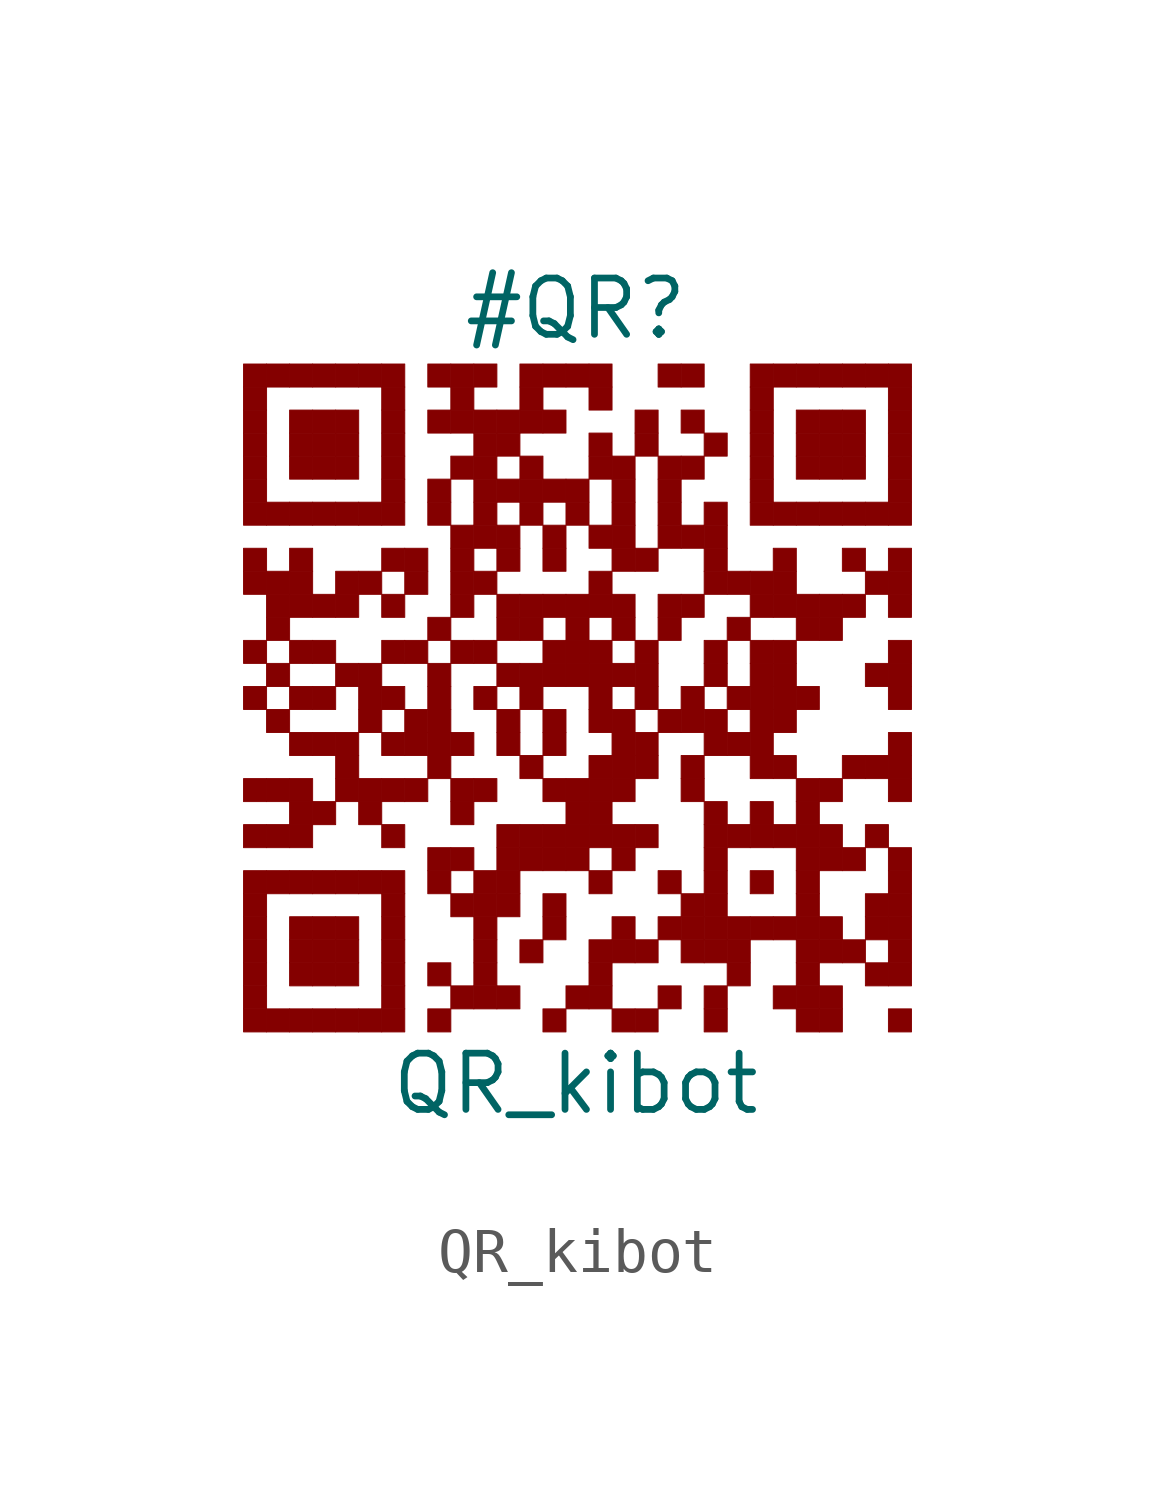
<source format=kicad_sym>
(kicad_symbol_lib
  (version 20211014)
  (generator kibot)
  (symbol "QR_kibot"
    (pin_numbers hide)
    (pin_names hide)
    (property "Reference" "#QR"
      (at 0 8.75 0)
      (effects (font (size 1.27 1.27))))
    (property "Value" "QR_kibot"
      (at 0 -8.75 0)
      (effects (font (size 1.27 1.27))))
    (rectangle
      (start -7.5 7.5)
      (end -6.98 6.98)
      (stroke (width 0.001) (type default) (color 0 0 0 0))
      (fill (type outline)))
    (rectangle
      (start -6.98 7.5)
      (end -6.46 6.98)
      (stroke (width 0.001) (type default) (color 0 0 0 0))
      (fill (type outline)))
    (rectangle
      (start -6.46 7.5)
      (end -5.94 6.98)
      (stroke (width 0.001) (type default) (color 0 0 0 0))
      (fill (type outline)))
    (rectangle
      (start -5.94 7.5)
      (end -5.42 6.98)
      (stroke (width 0.001) (type default) (color 0 0 0 0))
      (fill (type outline)))
    (rectangle
      (start -5.42 7.5)
      (end -4.9 6.98)
      (stroke (width 0.001) (type default) (color 0 0 0 0))
      (fill (type outline)))
    (rectangle
      (start -4.9 7.5)
      (end -4.38 6.98)
      (stroke (width 0.001) (type default) (color 0 0 0 0))
      (fill (type outline)))
    (rectangle
      (start -4.38 7.5)
      (end -3.86 6.98)
      (stroke (width 0.001) (type default) (color 0 0 0 0))
      (fill (type outline)))
    (rectangle
      (start -3.34 7.5)
      (end -2.82 6.98)
      (stroke (width 0.001) (type default) (color 0 0 0 0))
      (fill (type outline)))
    (rectangle
      (start -2.82 7.5)
      (end -2.3 6.98)
      (stroke (width 0.001) (type default) (color 0 0 0 0))
      (fill (type outline)))
    (rectangle
      (start -2.3 7.5)
      (end -1.78 6.98)
      (stroke (width 0.001) (type default) (color 0 0 0 0))
      (fill (type outline)))
    (rectangle
      (start -1.26 7.5)
      (end -0.74 6.98)
      (stroke (width 0.001) (type default) (color 0 0 0 0))
      (fill (type outline)))
    (rectangle
      (start -0.74 7.5)
      (end -0.22 6.98)
      (stroke (width 0.001) (type default) (color 0 0 0 0))
      (fill (type outline)))
    (rectangle
      (start -0.22 7.5)
      (end 0.3 6.98)
      (stroke (width 0.001) (type default) (color 0 0 0 0))
      (fill (type outline)))
    (rectangle
      (start 0.3 7.5)
      (end 0.82 6.98)
      (stroke (width 0.001) (type default) (color 0 0 0 0))
      (fill (type outline)))
    (rectangle
      (start 1.86 7.5)
      (end 2.38 6.98)
      (stroke (width 0.001) (type default) (color 0 0 0 0))
      (fill (type outline)))
    (rectangle
      (start 2.38 7.5)
      (end 2.9 6.98)
      (stroke (width 0.001) (type default) (color 0 0 0 0))
      (fill (type outline)))
    (rectangle
      (start 3.94 7.5)
      (end 4.46 6.98)
      (stroke (width 0.001) (type default) (color 0 0 0 0))
      (fill (type outline)))
    (rectangle
      (start 4.46 7.5)
      (end 4.98 6.98)
      (stroke (width 0.001) (type default) (color 0 0 0 0))
      (fill (type outline)))
    (rectangle
      (start 4.98 7.5)
      (end 5.5 6.98)
      (stroke (width 0.001) (type default) (color 0 0 0 0))
      (fill (type outline)))
    (rectangle
      (start 5.5 7.5)
      (end 6.02 6.98)
      (stroke (width 0.001) (type default) (color 0 0 0 0))
      (fill (type outline)))
    (rectangle
      (start 6.02 7.5)
      (end 6.54 6.98)
      (stroke (width 0.001) (type default) (color 0 0 0 0))
      (fill (type outline)))
    (rectangle
      (start 6.54 7.5)
      (end 7.06 6.98)
      (stroke (width 0.001) (type default) (color 0 0 0 0))
      (fill (type outline)))
    (rectangle
      (start 7.06 7.5)
      (end 7.58 6.98)
      (stroke (width 0.001) (type default) (color 0 0 0 0))
      (fill (type outline)))
    (rectangle
      (start -7.5 6.98)
      (end -6.98 6.46)
      (stroke (width 0.001) (type default) (color 0 0 0 0))
      (fill (type outline)))
    (rectangle
      (start -4.38 6.98)
      (end -3.86 6.46)
      (stroke (width 0.001) (type default) (color 0 0 0 0))
      (fill (type outline)))
    (rectangle
      (start -2.82 6.98)
      (end -2.3 6.46)
      (stroke (width 0.001) (type default) (color 0 0 0 0))
      (fill (type outline)))
    (rectangle
      (start -1.26 6.98)
      (end -0.74 6.46)
      (stroke (width 0.001) (type default) (color 0 0 0 0))
      (fill (type outline)))
    (rectangle
      (start 0.3 6.98)
      (end 0.82 6.46)
      (stroke (width 0.001) (type default) (color 0 0 0 0))
      (fill (type outline)))
    (rectangle
      (start 3.94 6.98)
      (end 4.46 6.46)
      (stroke (width 0.001) (type default) (color 0 0 0 0))
      (fill (type outline)))
    (rectangle
      (start 7.06 6.98)
      (end 7.58 6.46)
      (stroke (width 0.001) (type default) (color 0 0 0 0))
      (fill (type outline)))
    (rectangle
      (start -7.5 6.46)
      (end -6.98 5.94)
      (stroke (width 0.001) (type default) (color 0 0 0 0))
      (fill (type outline)))
    (rectangle
      (start -6.46 6.46)
      (end -5.94 5.94)
      (stroke (width 0.001) (type default) (color 0 0 0 0))
      (fill (type outline)))
    (rectangle
      (start -5.94 6.46)
      (end -5.42 5.94)
      (stroke (width 0.001) (type default) (color 0 0 0 0))
      (fill (type outline)))
    (rectangle
      (start -5.42 6.46)
      (end -4.9 5.94)
      (stroke (width 0.001) (type default) (color 0 0 0 0))
      (fill (type outline)))
    (rectangle
      (start -4.38 6.46)
      (end -3.86 5.94)
      (stroke (width 0.001) (type default) (color 0 0 0 0))
      (fill (type outline)))
    (rectangle
      (start -3.34 6.46)
      (end -2.82 5.94)
      (stroke (width 0.001) (type default) (color 0 0 0 0))
      (fill (type outline)))
    (rectangle
      (start -2.82 6.46)
      (end -2.3 5.94)
      (stroke (width 0.001) (type default) (color 0 0 0 0))
      (fill (type outline)))
    (rectangle
      (start -2.3 6.46)
      (end -1.78 5.94)
      (stroke (width 0.001) (type default) (color 0 0 0 0))
      (fill (type outline)))
    (rectangle
      (start -1.78 6.46)
      (end -1.26 5.94)
      (stroke (width 0.001) (type default) (color 0 0 0 0))
      (fill (type outline)))
    (rectangle
      (start -1.26 6.46)
      (end -0.74 5.94)
      (stroke (width 0.001) (type default) (color 0 0 0 0))
      (fill (type outline)))
    (rectangle
      (start -0.74 6.46)
      (end -0.22 5.94)
      (stroke (width 0.001) (type default) (color 0 0 0 0))
      (fill (type outline)))
    (rectangle
      (start 1.34 6.46)
      (end 1.86 5.94)
      (stroke (width 0.001) (type default) (color 0 0 0 0))
      (fill (type outline)))
    (rectangle
      (start 2.38 6.46)
      (end 2.9 5.94)
      (stroke (width 0.001) (type default) (color 0 0 0 0))
      (fill (type outline)))
    (rectangle
      (start 3.94 6.46)
      (end 4.46 5.94)
      (stroke (width 0.001) (type default) (color 0 0 0 0))
      (fill (type outline)))
    (rectangle
      (start 4.98 6.46)
      (end 5.5 5.94)
      (stroke (width 0.001) (type default) (color 0 0 0 0))
      (fill (type outline)))
    (rectangle
      (start 5.5 6.46)
      (end 6.02 5.94)
      (stroke (width 0.001) (type default) (color 0 0 0 0))
      (fill (type outline)))
    (rectangle
      (start 6.02 6.46)
      (end 6.54 5.94)
      (stroke (width 0.001) (type default) (color 0 0 0 0))
      (fill (type outline)))
    (rectangle
      (start 7.06 6.46)
      (end 7.58 5.94)
      (stroke (width 0.001) (type default) (color 0 0 0 0))
      (fill (type outline)))
    (rectangle
      (start -7.5 5.94)
      (end -6.98 5.42)
      (stroke (width 0.001) (type default) (color 0 0 0 0))
      (fill (type outline)))
    (rectangle
      (start -6.46 5.94)
      (end -5.94 5.42)
      (stroke (width 0.001) (type default) (color 0 0 0 0))
      (fill (type outline)))
    (rectangle
      (start -5.94 5.94)
      (end -5.42 5.42)
      (stroke (width 0.001) (type default) (color 0 0 0 0))
      (fill (type outline)))
    (rectangle
      (start -5.42 5.94)
      (end -4.9 5.42)
      (stroke (width 0.001) (type default) (color 0 0 0 0))
      (fill (type outline)))
    (rectangle
      (start -4.38 5.94)
      (end -3.86 5.42)
      (stroke (width 0.001) (type default) (color 0 0 0 0))
      (fill (type outline)))
    (rectangle
      (start -2.3 5.94)
      (end -1.78 5.42)
      (stroke (width 0.001) (type default) (color 0 0 0 0))
      (fill (type outline)))
    (rectangle
      (start -1.78 5.94)
      (end -1.26 5.42)
      (stroke (width 0.001) (type default) (color 0 0 0 0))
      (fill (type outline)))
    (rectangle
      (start 0.3 5.94)
      (end 0.82 5.42)
      (stroke (width 0.001) (type default) (color 0 0 0 0))
      (fill (type outline)))
    (rectangle
      (start 1.34 5.94)
      (end 1.86 5.42)
      (stroke (width 0.001) (type default) (color 0 0 0 0))
      (fill (type outline)))
    (rectangle
      (start 2.9 5.94)
      (end 3.42 5.42)
      (stroke (width 0.001) (type default) (color 0 0 0 0))
      (fill (type outline)))
    (rectangle
      (start 3.94 5.94)
      (end 4.46 5.42)
      (stroke (width 0.001) (type default) (color 0 0 0 0))
      (fill (type outline)))
    (rectangle
      (start 4.98 5.94)
      (end 5.5 5.42)
      (stroke (width 0.001) (type default) (color 0 0 0 0))
      (fill (type outline)))
    (rectangle
      (start 5.5 5.94)
      (end 6.02 5.42)
      (stroke (width 0.001) (type default) (color 0 0 0 0))
      (fill (type outline)))
    (rectangle
      (start 6.02 5.94)
      (end 6.54 5.42)
      (stroke (width 0.001) (type default) (color 0 0 0 0))
      (fill (type outline)))
    (rectangle
      (start 7.06 5.94)
      (end 7.58 5.42)
      (stroke (width 0.001) (type default) (color 0 0 0 0))
      (fill (type outline)))
    (rectangle
      (start -7.5 5.42)
      (end -6.98 4.9)
      (stroke (width 0.001) (type default) (color 0 0 0 0))
      (fill (type outline)))
    (rectangle
      (start -6.46 5.42)
      (end -5.94 4.9)
      (stroke (width 0.001) (type default) (color 0 0 0 0))
      (fill (type outline)))
    (rectangle
      (start -5.94 5.42)
      (end -5.42 4.9)
      (stroke (width 0.001) (type default) (color 0 0 0 0))
      (fill (type outline)))
    (rectangle
      (start -5.42 5.42)
      (end -4.9 4.9)
      (stroke (width 0.001) (type default) (color 0 0 0 0))
      (fill (type outline)))
    (rectangle
      (start -4.38 5.42)
      (end -3.86 4.9)
      (stroke (width 0.001) (type default) (color 0 0 0 0))
      (fill (type outline)))
    (rectangle
      (start -2.82 5.42)
      (end -2.3 4.9)
      (stroke (width 0.001) (type default) (color 0 0 0 0))
      (fill (type outline)))
    (rectangle
      (start -2.3 5.42)
      (end -1.78 4.9)
      (stroke (width 0.001) (type default) (color 0 0 0 0))
      (fill (type outline)))
    (rectangle
      (start -1.26 5.42)
      (end -0.74 4.9)
      (stroke (width 0.001) (type default) (color 0 0 0 0))
      (fill (type outline)))
    (rectangle
      (start 0.3 5.42)
      (end 0.82 4.9)
      (stroke (width 0.001) (type default) (color 0 0 0 0))
      (fill (type outline)))
    (rectangle
      (start 0.82 5.42)
      (end 1.34 4.9)
      (stroke (width 0.001) (type default) (color 0 0 0 0))
      (fill (type outline)))
    (rectangle
      (start 1.86 5.42)
      (end 2.38 4.9)
      (stroke (width 0.001) (type default) (color 0 0 0 0))
      (fill (type outline)))
    (rectangle
      (start 2.38 5.42)
      (end 2.9 4.9)
      (stroke (width 0.001) (type default) (color 0 0 0 0))
      (fill (type outline)))
    (rectangle
      (start 3.94 5.42)
      (end 4.46 4.9)
      (stroke (width 0.001) (type default) (color 0 0 0 0))
      (fill (type outline)))
    (rectangle
      (start 4.98 5.42)
      (end 5.5 4.9)
      (stroke (width 0.001) (type default) (color 0 0 0 0))
      (fill (type outline)))
    (rectangle
      (start 5.5 5.42)
      (end 6.02 4.9)
      (stroke (width 0.001) (type default) (color 0 0 0 0))
      (fill (type outline)))
    (rectangle
      (start 6.02 5.42)
      (end 6.54 4.9)
      (stroke (width 0.001) (type default) (color 0 0 0 0))
      (fill (type outline)))
    (rectangle
      (start 7.06 5.42)
      (end 7.58 4.9)
      (stroke (width 0.001) (type default) (color 0 0 0 0))
      (fill (type outline)))
    (rectangle
      (start -7.5 4.9)
      (end -6.98 4.38)
      (stroke (width 0.001) (type default) (color 0 0 0 0))
      (fill (type outline)))
    (rectangle
      (start -4.38 4.9)
      (end -3.86 4.38)
      (stroke (width 0.001) (type default) (color 0 0 0 0))
      (fill (type outline)))
    (rectangle
      (start -3.34 4.9)
      (end -2.82 4.38)
      (stroke (width 0.001) (type default) (color 0 0 0 0))
      (fill (type outline)))
    (rectangle
      (start -2.3 4.9)
      (end -1.78 4.38)
      (stroke (width 0.001) (type default) (color 0 0 0 0))
      (fill (type outline)))
    (rectangle
      (start -1.78 4.9)
      (end -1.26 4.38)
      (stroke (width 0.001) (type default) (color 0 0 0 0))
      (fill (type outline)))
    (rectangle
      (start -1.26 4.9)
      (end -0.74 4.38)
      (stroke (width 0.001) (type default) (color 0 0 0 0))
      (fill (type outline)))
    (rectangle
      (start -0.74 4.9)
      (end -0.22 4.38)
      (stroke (width 0.001) (type default) (color 0 0 0 0))
      (fill (type outline)))
    (rectangle
      (start -0.22 4.9)
      (end 0.3 4.38)
      (stroke (width 0.001) (type default) (color 0 0 0 0))
      (fill (type outline)))
    (rectangle
      (start 0.82 4.9)
      (end 1.34 4.38)
      (stroke (width 0.001) (type default) (color 0 0 0 0))
      (fill (type outline)))
    (rectangle
      (start 1.86 4.9)
      (end 2.38 4.38)
      (stroke (width 0.001) (type default) (color 0 0 0 0))
      (fill (type outline)))
    (rectangle
      (start 3.94 4.9)
      (end 4.46 4.38)
      (stroke (width 0.001) (type default) (color 0 0 0 0))
      (fill (type outline)))
    (rectangle
      (start 7.06 4.9)
      (end 7.58 4.38)
      (stroke (width 0.001) (type default) (color 0 0 0 0))
      (fill (type outline)))
    (rectangle
      (start -7.5 4.38)
      (end -6.98 3.86)
      (stroke (width 0.001) (type default) (color 0 0 0 0))
      (fill (type outline)))
    (rectangle
      (start -6.98 4.38)
      (end -6.46 3.86)
      (stroke (width 0.001) (type default) (color 0 0 0 0))
      (fill (type outline)))
    (rectangle
      (start -6.46 4.38)
      (end -5.94 3.86)
      (stroke (width 0.001) (type default) (color 0 0 0 0))
      (fill (type outline)))
    (rectangle
      (start -5.94 4.38)
      (end -5.42 3.86)
      (stroke (width 0.001) (type default) (color 0 0 0 0))
      (fill (type outline)))
    (rectangle
      (start -5.42 4.38)
      (end -4.9 3.86)
      (stroke (width 0.001) (type default) (color 0 0 0 0))
      (fill (type outline)))
    (rectangle
      (start -4.9 4.38)
      (end -4.38 3.86)
      (stroke (width 0.001) (type default) (color 0 0 0 0))
      (fill (type outline)))
    (rectangle
      (start -4.38 4.38)
      (end -3.86 3.86)
      (stroke (width 0.001) (type default) (color 0 0 0 0))
      (fill (type outline)))
    (rectangle
      (start -3.34 4.38)
      (end -2.82 3.86)
      (stroke (width 0.001) (type default) (color 0 0 0 0))
      (fill (type outline)))
    (rectangle
      (start -2.3 4.38)
      (end -1.78 3.86)
      (stroke (width 0.001) (type default) (color 0 0 0 0))
      (fill (type outline)))
    (rectangle
      (start -1.26 4.38)
      (end -0.74 3.86)
      (stroke (width 0.001) (type default) (color 0 0 0 0))
      (fill (type outline)))
    (rectangle
      (start -0.22 4.38)
      (end 0.3 3.86)
      (stroke (width 0.001) (type default) (color 0 0 0 0))
      (fill (type outline)))
    (rectangle
      (start 0.82 4.38)
      (end 1.34 3.86)
      (stroke (width 0.001) (type default) (color 0 0 0 0))
      (fill (type outline)))
    (rectangle
      (start 1.86 4.38)
      (end 2.38 3.86)
      (stroke (width 0.001) (type default) (color 0 0 0 0))
      (fill (type outline)))
    (rectangle
      (start 2.9 4.38)
      (end 3.42 3.86)
      (stroke (width 0.001) (type default) (color 0 0 0 0))
      (fill (type outline)))
    (rectangle
      (start 3.94 4.38)
      (end 4.46 3.86)
      (stroke (width 0.001) (type default) (color 0 0 0 0))
      (fill (type outline)))
    (rectangle
      (start 4.46 4.38)
      (end 4.98 3.86)
      (stroke (width 0.001) (type default) (color 0 0 0 0))
      (fill (type outline)))
    (rectangle
      (start 4.98 4.38)
      (end 5.5 3.86)
      (stroke (width 0.001) (type default) (color 0 0 0 0))
      (fill (type outline)))
    (rectangle
      (start 5.5 4.38)
      (end 6.02 3.86)
      (stroke (width 0.001) (type default) (color 0 0 0 0))
      (fill (type outline)))
    (rectangle
      (start 6.02 4.38)
      (end 6.54 3.86)
      (stroke (width 0.001) (type default) (color 0 0 0 0))
      (fill (type outline)))
    (rectangle
      (start 6.54 4.38)
      (end 7.06 3.86)
      (stroke (width 0.001) (type default) (color 0 0 0 0))
      (fill (type outline)))
    (rectangle
      (start 7.06 4.38)
      (end 7.58 3.86)
      (stroke (width 0.001) (type default) (color 0 0 0 0))
      (fill (type outline)))
    (rectangle
      (start -2.82 3.86)
      (end -2.3 3.34)
      (stroke (width 0.001) (type default) (color 0 0 0 0))
      (fill (type outline)))
    (rectangle
      (start -2.3 3.86)
      (end -1.78 3.34)
      (stroke (width 0.001) (type default) (color 0 0 0 0))
      (fill (type outline)))
    (rectangle
      (start -1.78 3.86)
      (end -1.26 3.34)
      (stroke (width 0.001) (type default) (color 0 0 0 0))
      (fill (type outline)))
    (rectangle
      (start -0.74 3.86)
      (end -0.22 3.34)
      (stroke (width 0.001) (type default) (color 0 0 0 0))
      (fill (type outline)))
    (rectangle
      (start 0.3 3.86)
      (end 0.82 3.34)
      (stroke (width 0.001) (type default) (color 0 0 0 0))
      (fill (type outline)))
    (rectangle
      (start 0.82 3.86)
      (end 1.34 3.34)
      (stroke (width 0.001) (type default) (color 0 0 0 0))
      (fill (type outline)))
    (rectangle
      (start 1.86 3.86)
      (end 2.38 3.34)
      (stroke (width 0.001) (type default) (color 0 0 0 0))
      (fill (type outline)))
    (rectangle
      (start 2.38 3.86)
      (end 2.9 3.34)
      (stroke (width 0.001) (type default) (color 0 0 0 0))
      (fill (type outline)))
    (rectangle
      (start 2.9 3.86)
      (end 3.42 3.34)
      (stroke (width 0.001) (type default) (color 0 0 0 0))
      (fill (type outline)))
    (rectangle
      (start -7.5 3.34)
      (end -6.98 2.82)
      (stroke (width 0.001) (type default) (color 0 0 0 0))
      (fill (type outline)))
    (rectangle
      (start -6.46 3.34)
      (end -5.94 2.82)
      (stroke (width 0.001) (type default) (color 0 0 0 0))
      (fill (type outline)))
    (rectangle
      (start -4.38 3.34)
      (end -3.86 2.82)
      (stroke (width 0.001) (type default) (color 0 0 0 0))
      (fill (type outline)))
    (rectangle
      (start -3.86 3.34)
      (end -3.34 2.82)
      (stroke (width 0.001) (type default) (color 0 0 0 0))
      (fill (type outline)))
    (rectangle
      (start -2.82 3.34)
      (end -2.3 2.82)
      (stroke (width 0.001) (type default) (color 0 0 0 0))
      (fill (type outline)))
    (rectangle
      (start -1.78 3.34)
      (end -1.26 2.82)
      (stroke (width 0.001) (type default) (color 0 0 0 0))
      (fill (type outline)))
    (rectangle
      (start -0.74 3.34)
      (end -0.22 2.82)
      (stroke (width 0.001) (type default) (color 0 0 0 0))
      (fill (type outline)))
    (rectangle
      (start 0.82 3.34)
      (end 1.34 2.82)
      (stroke (width 0.001) (type default) (color 0 0 0 0))
      (fill (type outline)))
    (rectangle
      (start 1.34 3.34)
      (end 1.86 2.82)
      (stroke (width 0.001) (type default) (color 0 0 0 0))
      (fill (type outline)))
    (rectangle
      (start 2.9 3.34)
      (end 3.42 2.82)
      (stroke (width 0.001) (type default) (color 0 0 0 0))
      (fill (type outline)))
    (rectangle
      (start 4.46 3.34)
      (end 4.98 2.82)
      (stroke (width 0.001) (type default) (color 0 0 0 0))
      (fill (type outline)))
    (rectangle
      (start 6.02 3.34)
      (end 6.54 2.82)
      (stroke (width 0.001) (type default) (color 0 0 0 0))
      (fill (type outline)))
    (rectangle
      (start 7.06 3.34)
      (end 7.58 2.82)
      (stroke (width 0.001) (type default) (color 0 0 0 0))
      (fill (type outline)))
    (rectangle
      (start -7.5 2.82)
      (end -6.98 2.3)
      (stroke (width 0.001) (type default) (color 0 0 0 0))
      (fill (type outline)))
    (rectangle
      (start -6.98 2.82)
      (end -6.46 2.3)
      (stroke (width 0.001) (type default) (color 0 0 0 0))
      (fill (type outline)))
    (rectangle
      (start -6.46 2.82)
      (end -5.94 2.3)
      (stroke (width 0.001) (type default) (color 0 0 0 0))
      (fill (type outline)))
    (rectangle
      (start -5.42 2.82)
      (end -4.9 2.3)
      (stroke (width 0.001) (type default) (color 0 0 0 0))
      (fill (type outline)))
    (rectangle
      (start -4.9 2.82)
      (end -4.38 2.3)
      (stroke (width 0.001) (type default) (color 0 0 0 0))
      (fill (type outline)))
    (rectangle
      (start -3.86 2.82)
      (end -3.34 2.3)
      (stroke (width 0.001) (type default) (color 0 0 0 0))
      (fill (type outline)))
    (rectangle
      (start -2.82 2.82)
      (end -2.3 2.3)
      (stroke (width 0.001) (type default) (color 0 0 0 0))
      (fill (type outline)))
    (rectangle
      (start -2.3 2.82)
      (end -1.78 2.3)
      (stroke (width 0.001) (type default) (color 0 0 0 0))
      (fill (type outline)))
    (rectangle
      (start 0.3 2.82)
      (end 0.82 2.3)
      (stroke (width 0.001) (type default) (color 0 0 0 0))
      (fill (type outline)))
    (rectangle
      (start 2.9 2.82)
      (end 3.42 2.3)
      (stroke (width 0.001) (type default) (color 0 0 0 0))
      (fill (type outline)))
    (rectangle
      (start 3.42 2.82)
      (end 3.94 2.3)
      (stroke (width 0.001) (type default) (color 0 0 0 0))
      (fill (type outline)))
    (rectangle
      (start 3.94 2.82)
      (end 4.46 2.3)
      (stroke (width 0.001) (type default) (color 0 0 0 0))
      (fill (type outline)))
    (rectangle
      (start 4.46 2.82)
      (end 4.98 2.3)
      (stroke (width 0.001) (type default) (color 0 0 0 0))
      (fill (type outline)))
    (rectangle
      (start 6.54 2.82)
      (end 7.06 2.3)
      (stroke (width 0.001) (type default) (color 0 0 0 0))
      (fill (type outline)))
    (rectangle
      (start 7.06 2.82)
      (end 7.58 2.3)
      (stroke (width 0.001) (type default) (color 0 0 0 0))
      (fill (type outline)))
    (rectangle
      (start -6.98 2.3)
      (end -6.46 1.78)
      (stroke (width 0.001) (type default) (color 0 0 0 0))
      (fill (type outline)))
    (rectangle
      (start -6.46 2.3)
      (end -5.94 1.78)
      (stroke (width 0.001) (type default) (color 0 0 0 0))
      (fill (type outline)))
    (rectangle
      (start -5.94 2.3)
      (end -5.42 1.78)
      (stroke (width 0.001) (type default) (color 0 0 0 0))
      (fill (type outline)))
    (rectangle
      (start -5.42 2.3)
      (end -4.9 1.78)
      (stroke (width 0.001) (type default) (color 0 0 0 0))
      (fill (type outline)))
    (rectangle
      (start -4.38 2.3)
      (end -3.86 1.78)
      (stroke (width 0.001) (type default) (color 0 0 0 0))
      (fill (type outline)))
    (rectangle
      (start -2.82 2.3)
      (end -2.3 1.78)
      (stroke (width 0.001) (type default) (color 0 0 0 0))
      (fill (type outline)))
    (rectangle
      (start -1.78 2.3)
      (end -1.26 1.78)
      (stroke (width 0.001) (type default) (color 0 0 0 0))
      (fill (type outline)))
    (rectangle
      (start -1.26 2.3)
      (end -0.74 1.78)
      (stroke (width 0.001) (type default) (color 0 0 0 0))
      (fill (type outline)))
    (rectangle
      (start -0.74 2.3)
      (end -0.22 1.78)
      (stroke (width 0.001) (type default) (color 0 0 0 0))
      (fill (type outline)))
    (rectangle
      (start -0.22 2.3)
      (end 0.3 1.78)
      (stroke (width 0.001) (type default) (color 0 0 0 0))
      (fill (type outline)))
    (rectangle
      (start 0.3 2.3)
      (end 0.82 1.78)
      (stroke (width 0.001) (type default) (color 0 0 0 0))
      (fill (type outline)))
    (rectangle
      (start 0.82 2.3)
      (end 1.34 1.78)
      (stroke (width 0.001) (type default) (color 0 0 0 0))
      (fill (type outline)))
    (rectangle
      (start 1.86 2.3)
      (end 2.38 1.78)
      (stroke (width 0.001) (type default) (color 0 0 0 0))
      (fill (type outline)))
    (rectangle
      (start 2.38 2.3)
      (end 2.9 1.78)
      (stroke (width 0.001) (type default) (color 0 0 0 0))
      (fill (type outline)))
    (rectangle
      (start 3.94 2.3)
      (end 4.46 1.78)
      (stroke (width 0.001) (type default) (color 0 0 0 0))
      (fill (type outline)))
    (rectangle
      (start 4.46 2.3)
      (end 4.98 1.78)
      (stroke (width 0.001) (type default) (color 0 0 0 0))
      (fill (type outline)))
    (rectangle
      (start 4.98 2.3)
      (end 5.5 1.78)
      (stroke (width 0.001) (type default) (color 0 0 0 0))
      (fill (type outline)))
    (rectangle
      (start 5.5 2.3)
      (end 6.02 1.78)
      (stroke (width 0.001) (type default) (color 0 0 0 0))
      (fill (type outline)))
    (rectangle
      (start 6.02 2.3)
      (end 6.54 1.78)
      (stroke (width 0.001) (type default) (color 0 0 0 0))
      (fill (type outline)))
    (rectangle
      (start 7.06 2.3)
      (end 7.58 1.78)
      (stroke (width 0.001) (type default) (color 0 0 0 0))
      (fill (type outline)))
    (rectangle
      (start -6.98 1.78)
      (end -6.46 1.26)
      (stroke (width 0.001) (type default) (color 0 0 0 0))
      (fill (type outline)))
    (rectangle
      (start -3.34 1.78)
      (end -2.82 1.26)
      (stroke (width 0.001) (type default) (color 0 0 0 0))
      (fill (type outline)))
    (rectangle
      (start -1.78 1.78)
      (end -1.26 1.26)
      (stroke (width 0.001) (type default) (color 0 0 0 0))
      (fill (type outline)))
    (rectangle
      (start -1.26 1.78)
      (end -0.74 1.26)
      (stroke (width 0.001) (type default) (color 0 0 0 0))
      (fill (type outline)))
    (rectangle
      (start -0.22 1.78)
      (end 0.3 1.26)
      (stroke (width 0.001) (type default) (color 0 0 0 0))
      (fill (type outline)))
    (rectangle
      (start 0.82 1.78)
      (end 1.34 1.26)
      (stroke (width 0.001) (type default) (color 0 0 0 0))
      (fill (type outline)))
    (rectangle
      (start 1.86 1.78)
      (end 2.38 1.26)
      (stroke (width 0.001) (type default) (color 0 0 0 0))
      (fill (type outline)))
    (rectangle
      (start 3.42 1.78)
      (end 3.94 1.26)
      (stroke (width 0.001) (type default) (color 0 0 0 0))
      (fill (type outline)))
    (rectangle
      (start 4.98 1.78)
      (end 5.5 1.26)
      (stroke (width 0.001) (type default) (color 0 0 0 0))
      (fill (type outline)))
    (rectangle
      (start 5.5 1.78)
      (end 6.02 1.26)
      (stroke (width 0.001) (type default) (color 0 0 0 0))
      (fill (type outline)))
    (rectangle
      (start -7.5 1.26)
      (end -6.98 0.74)
      (stroke (width 0.001) (type default) (color 0 0 0 0))
      (fill (type outline)))
    (rectangle
      (start -6.46 1.26)
      (end -5.94 0.74)
      (stroke (width 0.001) (type default) (color 0 0 0 0))
      (fill (type outline)))
    (rectangle
      (start -5.94 1.26)
      (end -5.42 0.74)
      (stroke (width 0.001) (type default) (color 0 0 0 0))
      (fill (type outline)))
    (rectangle
      (start -4.38 1.26)
      (end -3.86 0.74)
      (stroke (width 0.001) (type default) (color 0 0 0 0))
      (fill (type outline)))
    (rectangle
      (start -3.86 1.26)
      (end -3.34 0.74)
      (stroke (width 0.001) (type default) (color 0 0 0 0))
      (fill (type outline)))
    (rectangle
      (start -2.82 1.26)
      (end -2.3 0.74)
      (stroke (width 0.001) (type default) (color 0 0 0 0))
      (fill (type outline)))
    (rectangle
      (start -2.3 1.26)
      (end -1.78 0.74)
      (stroke (width 0.001) (type default) (color 0 0 0 0))
      (fill (type outline)))
    (rectangle
      (start -0.74 1.26)
      (end -0.22 0.74)
      (stroke (width 0.001) (type default) (color 0 0 0 0))
      (fill (type outline)))
    (rectangle
      (start -0.22 1.26)
      (end 0.3 0.74)
      (stroke (width 0.001) (type default) (color 0 0 0 0))
      (fill (type outline)))
    (rectangle
      (start 0.3 1.26)
      (end 0.82 0.74)
      (stroke (width 0.001) (type default) (color 0 0 0 0))
      (fill (type outline)))
    (rectangle
      (start 1.34 1.26)
      (end 1.86 0.74)
      (stroke (width 0.001) (type default) (color 0 0 0 0))
      (fill (type outline)))
    (rectangle
      (start 2.9 1.26)
      (end 3.42 0.74)
      (stroke (width 0.001) (type default) (color 0 0 0 0))
      (fill (type outline)))
    (rectangle
      (start 3.94 1.26)
      (end 4.46 0.74)
      (stroke (width 0.001) (type default) (color 0 0 0 0))
      (fill (type outline)))
    (rectangle
      (start 4.46 1.26)
      (end 4.98 0.74)
      (stroke (width 0.001) (type default) (color 0 0 0 0))
      (fill (type outline)))
    (rectangle
      (start 7.06 1.26)
      (end 7.58 0.74)
      (stroke (width 0.001) (type default) (color 0 0 0 0))
      (fill (type outline)))
    (rectangle
      (start -6.98 0.74)
      (end -6.46 0.22)
      (stroke (width 0.001) (type default) (color 0 0 0 0))
      (fill (type outline)))
    (rectangle
      (start -5.42 0.74)
      (end -4.9 0.22)
      (stroke (width 0.001) (type default) (color 0 0 0 0))
      (fill (type outline)))
    (rectangle
      (start -4.9 0.74)
      (end -4.38 0.22)
      (stroke (width 0.001) (type default) (color 0 0 0 0))
      (fill (type outline)))
    (rectangle
      (start -3.34 0.74)
      (end -2.82 0.22)
      (stroke (width 0.001) (type default) (color 0 0 0 0))
      (fill (type outline)))
    (rectangle
      (start -1.78 0.74)
      (end -1.26 0.22)
      (stroke (width 0.001) (type default) (color 0 0 0 0))
      (fill (type outline)))
    (rectangle
      (start -1.26 0.74)
      (end -0.74 0.22)
      (stroke (width 0.001) (type default) (color 0 0 0 0))
      (fill (type outline)))
    (rectangle
      (start -0.74 0.74)
      (end -0.22 0.22)
      (stroke (width 0.001) (type default) (color 0 0 0 0))
      (fill (type outline)))
    (rectangle
      (start -0.22 0.74)
      (end 0.3 0.22)
      (stroke (width 0.001) (type default) (color 0 0 0 0))
      (fill (type outline)))
    (rectangle
      (start 0.3 0.74)
      (end 0.82 0.22)
      (stroke (width 0.001) (type default) (color 0 0 0 0))
      (fill (type outline)))
    (rectangle
      (start 0.82 0.74)
      (end 1.34 0.22)
      (stroke (width 0.001) (type default) (color 0 0 0 0))
      (fill (type outline)))
    (rectangle
      (start 1.34 0.74)
      (end 1.86 0.22)
      (stroke (width 0.001) (type default) (color 0 0 0 0))
      (fill (type outline)))
    (rectangle
      (start 2.9 0.74)
      (end 3.42 0.22)
      (stroke (width 0.001) (type default) (color 0 0 0 0))
      (fill (type outline)))
    (rectangle
      (start 3.94 0.74)
      (end 4.46 0.22)
      (stroke (width 0.001) (type default) (color 0 0 0 0))
      (fill (type outline)))
    (rectangle
      (start 4.46 0.74)
      (end 4.98 0.22)
      (stroke (width 0.001) (type default) (color 0 0 0 0))
      (fill (type outline)))
    (rectangle
      (start 6.54 0.74)
      (end 7.06 0.22)
      (stroke (width 0.001) (type default) (color 0 0 0 0))
      (fill (type outline)))
    (rectangle
      (start 7.06 0.74)
      (end 7.58 0.22)
      (stroke (width 0.001) (type default) (color 0 0 0 0))
      (fill (type outline)))
    (rectangle
      (start -7.5 0.22)
      (end -6.98 -0.3)
      (stroke (width 0.001) (type default) (color 0 0 0 0))
      (fill (type outline)))
    (rectangle
      (start -6.46 0.22)
      (end -5.94 -0.3)
      (stroke (width 0.001) (type default) (color 0 0 0 0))
      (fill (type outline)))
    (rectangle
      (start -5.94 0.22)
      (end -5.42 -0.3)
      (stroke (width 0.001) (type default) (color 0 0 0 0))
      (fill (type outline)))
    (rectangle
      (start -4.9 0.22)
      (end -4.38 -0.3)
      (stroke (width 0.001) (type default) (color 0 0 0 0))
      (fill (type outline)))
    (rectangle
      (start -4.38 0.22)
      (end -3.86 -0.3)
      (stroke (width 0.001) (type default) (color 0 0 0 0))
      (fill (type outline)))
    (rectangle
      (start -3.34 0.22)
      (end -2.82 -0.3)
      (stroke (width 0.001) (type default) (color 0 0 0 0))
      (fill (type outline)))
    (rectangle
      (start -2.3 0.22)
      (end -1.78 -0.3)
      (stroke (width 0.001) (type default) (color 0 0 0 0))
      (fill (type outline)))
    (rectangle
      (start -1.26 0.22)
      (end -0.74 -0.3)
      (stroke (width 0.001) (type default) (color 0 0 0 0))
      (fill (type outline)))
    (rectangle
      (start 0.3 0.22)
      (end 0.82 -0.3)
      (stroke (width 0.001) (type default) (color 0 0 0 0))
      (fill (type outline)))
    (rectangle
      (start 1.34 0.22)
      (end 1.86 -0.3)
      (stroke (width 0.001) (type default) (color 0 0 0 0))
      (fill (type outline)))
    (rectangle
      (start 2.38 0.22)
      (end 2.9 -0.3)
      (stroke (width 0.001) (type default) (color 0 0 0 0))
      (fill (type outline)))
    (rectangle
      (start 3.42 0.22)
      (end 3.94 -0.3)
      (stroke (width 0.001) (type default) (color 0 0 0 0))
      (fill (type outline)))
    (rectangle
      (start 3.94 0.22)
      (end 4.46 -0.3)
      (stroke (width 0.001) (type default) (color 0 0 0 0))
      (fill (type outline)))
    (rectangle
      (start 4.46 0.22)
      (end 4.98 -0.3)
      (stroke (width 0.001) (type default) (color 0 0 0 0))
      (fill (type outline)))
    (rectangle
      (start 4.98 0.22)
      (end 5.5 -0.3)
      (stroke (width 0.001) (type default) (color 0 0 0 0))
      (fill (type outline)))
    (rectangle
      (start 7.06 0.22)
      (end 7.58 -0.3)
      (stroke (width 0.001) (type default) (color 0 0 0 0))
      (fill (type outline)))
    (rectangle
      (start -6.98 -0.3)
      (end -6.46 -0.82)
      (stroke (width 0.001) (type default) (color 0 0 0 0))
      (fill (type outline)))
    (rectangle
      (start -4.9 -0.3)
      (end -4.38 -0.82)
      (stroke (width 0.001) (type default) (color 0 0 0 0))
      (fill (type outline)))
    (rectangle
      (start -3.86 -0.3)
      (end -3.34 -0.82)
      (stroke (width 0.001) (type default) (color 0 0 0 0))
      (fill (type outline)))
    (rectangle
      (start -3.34 -0.3)
      (end -2.82 -0.82)
      (stroke (width 0.001) (type default) (color 0 0 0 0))
      (fill (type outline)))
    (rectangle
      (start -1.78 -0.3)
      (end -1.26 -0.82)
      (stroke (width 0.001) (type default) (color 0 0 0 0))
      (fill (type outline)))
    (rectangle
      (start -0.74 -0.3)
      (end -0.22 -0.82)
      (stroke (width 0.001) (type default) (color 0 0 0 0))
      (fill (type outline)))
    (rectangle
      (start 0.3 -0.3)
      (end 0.82 -0.82)
      (stroke (width 0.001) (type default) (color 0 0 0 0))
      (fill (type outline)))
    (rectangle
      (start 0.82 -0.3)
      (end 1.34 -0.82)
      (stroke (width 0.001) (type default) (color 0 0 0 0))
      (fill (type outline)))
    (rectangle
      (start 1.86 -0.3)
      (end 2.38 -0.82)
      (stroke (width 0.001) (type default) (color 0 0 0 0))
      (fill (type outline)))
    (rectangle
      (start 2.38 -0.3)
      (end 2.9 -0.82)
      (stroke (width 0.001) (type default) (color 0 0 0 0))
      (fill (type outline)))
    (rectangle
      (start 2.9 -0.3)
      (end 3.42 -0.82)
      (stroke (width 0.001) (type default) (color 0 0 0 0))
      (fill (type outline)))
    (rectangle
      (start 3.94 -0.3)
      (end 4.46 -0.82)
      (stroke (width 0.001) (type default) (color 0 0 0 0))
      (fill (type outline)))
    (rectangle
      (start 4.46 -0.3)
      (end 4.98 -0.82)
      (stroke (width 0.001) (type default) (color 0 0 0 0))
      (fill (type outline)))
    (rectangle
      (start -6.46 -0.82)
      (end -5.94 -1.34)
      (stroke (width 0.001) (type default) (color 0 0 0 0))
      (fill (type outline)))
    (rectangle
      (start -5.94 -0.82)
      (end -5.42 -1.34)
      (stroke (width 0.001) (type default) (color 0 0 0 0))
      (fill (type outline)))
    (rectangle
      (start -5.42 -0.82)
      (end -4.9 -1.34)
      (stroke (width 0.001) (type default) (color 0 0 0 0))
      (fill (type outline)))
    (rectangle
      (start -4.38 -0.82)
      (end -3.86 -1.34)
      (stroke (width 0.001) (type default) (color 0 0 0 0))
      (fill (type outline)))
    (rectangle
      (start -3.86 -0.82)
      (end -3.34 -1.34)
      (stroke (width 0.001) (type default) (color 0 0 0 0))
      (fill (type outline)))
    (rectangle
      (start -3.34 -0.82)
      (end -2.82 -1.34)
      (stroke (width 0.001) (type default) (color 0 0 0 0))
      (fill (type outline)))
    (rectangle
      (start -2.82 -0.82)
      (end -2.3 -1.34)
      (stroke (width 0.001) (type default) (color 0 0 0 0))
      (fill (type outline)))
    (rectangle
      (start -1.78 -0.82)
      (end -1.26 -1.34)
      (stroke (width 0.001) (type default) (color 0 0 0 0))
      (fill (type outline)))
    (rectangle
      (start -0.74 -0.82)
      (end -0.22 -1.34)
      (stroke (width 0.001) (type default) (color 0 0 0 0))
      (fill (type outline)))
    (rectangle
      (start 0.82 -0.82)
      (end 1.34 -1.34)
      (stroke (width 0.001) (type default) (color 0 0 0 0))
      (fill (type outline)))
    (rectangle
      (start 1.34 -0.82)
      (end 1.86 -1.34)
      (stroke (width 0.001) (type default) (color 0 0 0 0))
      (fill (type outline)))
    (rectangle
      (start 2.9 -0.82)
      (end 3.42 -1.34)
      (stroke (width 0.001) (type default) (color 0 0 0 0))
      (fill (type outline)))
    (rectangle
      (start 3.42 -0.82)
      (end 3.94 -1.34)
      (stroke (width 0.001) (type default) (color 0 0 0 0))
      (fill (type outline)))
    (rectangle
      (start 3.94 -0.82)
      (end 4.46 -1.34)
      (stroke (width 0.001) (type default) (color 0 0 0 0))
      (fill (type outline)))
    (rectangle
      (start 7.06 -0.82)
      (end 7.58 -1.34)
      (stroke (width 0.001) (type default) (color 0 0 0 0))
      (fill (type outline)))
    (rectangle
      (start -5.42 -1.34)
      (end -4.9 -1.86)
      (stroke (width 0.001) (type default) (color 0 0 0 0))
      (fill (type outline)))
    (rectangle
      (start -3.34 -1.34)
      (end -2.82 -1.86)
      (stroke (width 0.001) (type default) (color 0 0 0 0))
      (fill (type outline)))
    (rectangle
      (start -1.26 -1.34)
      (end -0.74 -1.86)
      (stroke (width 0.001) (type default) (color 0 0 0 0))
      (fill (type outline)))
    (rectangle
      (start 0.3 -1.34)
      (end 0.82 -1.86)
      (stroke (width 0.001) (type default) (color 0 0 0 0))
      (fill (type outline)))
    (rectangle
      (start 0.82 -1.34)
      (end 1.34 -1.86)
      (stroke (width 0.001) (type default) (color 0 0 0 0))
      (fill (type outline)))
    (rectangle
      (start 1.34 -1.34)
      (end 1.86 -1.86)
      (stroke (width 0.001) (type default) (color 0 0 0 0))
      (fill (type outline)))
    (rectangle
      (start 2.38 -1.34)
      (end 2.9 -1.86)
      (stroke (width 0.001) (type default) (color 0 0 0 0))
      (fill (type outline)))
    (rectangle
      (start 3.94 -1.34)
      (end 4.46 -1.86)
      (stroke (width 0.001) (type default) (color 0 0 0 0))
      (fill (type outline)))
    (rectangle
      (start 4.46 -1.34)
      (end 4.98 -1.86)
      (stroke (width 0.001) (type default) (color 0 0 0 0))
      (fill (type outline)))
    (rectangle
      (start 6.02 -1.34)
      (end 6.54 -1.86)
      (stroke (width 0.001) (type default) (color 0 0 0 0))
      (fill (type outline)))
    (rectangle
      (start 6.54 -1.34)
      (end 7.06 -1.86)
      (stroke (width 0.001) (type default) (color 0 0 0 0))
      (fill (type outline)))
    (rectangle
      (start 7.06 -1.34)
      (end 7.58 -1.86)
      (stroke (width 0.001) (type default) (color 0 0 0 0))
      (fill (type outline)))
    (rectangle
      (start -7.5 -1.86)
      (end -6.98 -2.38)
      (stroke (width 0.001) (type default) (color 0 0 0 0))
      (fill (type outline)))
    (rectangle
      (start -6.98 -1.86)
      (end -6.46 -2.38)
      (stroke (width 0.001) (type default) (color 0 0 0 0))
      (fill (type outline)))
    (rectangle
      (start -6.46 -1.86)
      (end -5.94 -2.38)
      (stroke (width 0.001) (type default) (color 0 0 0 0))
      (fill (type outline)))
    (rectangle
      (start -5.42 -1.86)
      (end -4.9 -2.38)
      (stroke (width 0.001) (type default) (color 0 0 0 0))
      (fill (type outline)))
    (rectangle
      (start -4.9 -1.86)
      (end -4.38 -2.38)
      (stroke (width 0.001) (type default) (color 0 0 0 0))
      (fill (type outline)))
    (rectangle
      (start -4.38 -1.86)
      (end -3.86 -2.38)
      (stroke (width 0.001) (type default) (color 0 0 0 0))
      (fill (type outline)))
    (rectangle
      (start -3.86 -1.86)
      (end -3.34 -2.38)
      (stroke (width 0.001) (type default) (color 0 0 0 0))
      (fill (type outline)))
    (rectangle
      (start -2.82 -1.86)
      (end -2.3 -2.38)
      (stroke (width 0.001) (type default) (color 0 0 0 0))
      (fill (type outline)))
    (rectangle
      (start -2.3 -1.86)
      (end -1.78 -2.38)
      (stroke (width 0.001) (type default) (color 0 0 0 0))
      (fill (type outline)))
    (rectangle
      (start -0.74 -1.86)
      (end -0.22 -2.38)
      (stroke (width 0.001) (type default) (color 0 0 0 0))
      (fill (type outline)))
    (rectangle
      (start -0.22 -1.86)
      (end 0.3 -2.38)
      (stroke (width 0.001) (type default) (color 0 0 0 0))
      (fill (type outline)))
    (rectangle
      (start 0.3 -1.86)
      (end 0.82 -2.38)
      (stroke (width 0.001) (type default) (color 0 0 0 0))
      (fill (type outline)))
    (rectangle
      (start 0.82 -1.86)
      (end 1.34 -2.38)
      (stroke (width 0.001) (type default) (color 0 0 0 0))
      (fill (type outline)))
    (rectangle
      (start 2.38 -1.86)
      (end 2.9 -2.38)
      (stroke (width 0.001) (type default) (color 0 0 0 0))
      (fill (type outline)))
    (rectangle
      (start 4.98 -1.86)
      (end 5.5 -2.38)
      (stroke (width 0.001) (type default) (color 0 0 0 0))
      (fill (type outline)))
    (rectangle
      (start 5.5 -1.86)
      (end 6.02 -2.38)
      (stroke (width 0.001) (type default) (color 0 0 0 0))
      (fill (type outline)))
    (rectangle
      (start 7.06 -1.86)
      (end 7.58 -2.38)
      (stroke (width 0.001) (type default) (color 0 0 0 0))
      (fill (type outline)))
    (rectangle
      (start -6.46 -2.38)
      (end -5.94 -2.9)
      (stroke (width 0.001) (type default) (color 0 0 0 0))
      (fill (type outline)))
    (rectangle
      (start -5.94 -2.38)
      (end -5.42 -2.9)
      (stroke (width 0.001) (type default) (color 0 0 0 0))
      (fill (type outline)))
    (rectangle
      (start -4.9 -2.38)
      (end -4.38 -2.9)
      (stroke (width 0.001) (type default) (color 0 0 0 0))
      (fill (type outline)))
    (rectangle
      (start -2.82 -2.38)
      (end -2.3 -2.9)
      (stroke (width 0.001) (type default) (color 0 0 0 0))
      (fill (type outline)))
    (rectangle
      (start -0.22 -2.38)
      (end 0.3 -2.9)
      (stroke (width 0.001) (type default) (color 0 0 0 0))
      (fill (type outline)))
    (rectangle
      (start 0.3 -2.38)
      (end 0.82 -2.9)
      (stroke (width 0.001) (type default) (color 0 0 0 0))
      (fill (type outline)))
    (rectangle
      (start 2.9 -2.38)
      (end 3.42 -2.9)
      (stroke (width 0.001) (type default) (color 0 0 0 0))
      (fill (type outline)))
    (rectangle
      (start 3.94 -2.38)
      (end 4.46 -2.9)
      (stroke (width 0.001) (type default) (color 0 0 0 0))
      (fill (type outline)))
    (rectangle
      (start 4.98 -2.38)
      (end 5.5 -2.9)
      (stroke (width 0.001) (type default) (color 0 0 0 0))
      (fill (type outline)))
    (rectangle
      (start -7.5 -2.9)
      (end -6.98 -3.42)
      (stroke (width 0.001) (type default) (color 0 0 0 0))
      (fill (type outline)))
    (rectangle
      (start -6.98 -2.9)
      (end -6.46 -3.42)
      (stroke (width 0.001) (type default) (color 0 0 0 0))
      (fill (type outline)))
    (rectangle
      (start -6.46 -2.9)
      (end -5.94 -3.42)
      (stroke (width 0.001) (type default) (color 0 0 0 0))
      (fill (type outline)))
    (rectangle
      (start -4.38 -2.9)
      (end -3.86 -3.42)
      (stroke (width 0.001) (type default) (color 0 0 0 0))
      (fill (type outline)))
    (rectangle
      (start -1.78 -2.9)
      (end -1.26 -3.42)
      (stroke (width 0.001) (type default) (color 0 0 0 0))
      (fill (type outline)))
    (rectangle
      (start -1.26 -2.9)
      (end -0.74 -3.42)
      (stroke (width 0.001) (type default) (color 0 0 0 0))
      (fill (type outline)))
    (rectangle
      (start -0.74 -2.9)
      (end -0.22 -3.42)
      (stroke (width 0.001) (type default) (color 0 0 0 0))
      (fill (type outline)))
    (rectangle
      (start -0.22 -2.9)
      (end 0.3 -3.42)
      (stroke (width 0.001) (type default) (color 0 0 0 0))
      (fill (type outline)))
    (rectangle
      (start 0.3 -2.9)
      (end 0.82 -3.42)
      (stroke (width 0.001) (type default) (color 0 0 0 0))
      (fill (type outline)))
    (rectangle
      (start 0.82 -2.9)
      (end 1.34 -3.42)
      (stroke (width 0.001) (type default) (color 0 0 0 0))
      (fill (type outline)))
    (rectangle
      (start 1.34 -2.9)
      (end 1.86 -3.42)
      (stroke (width 0.001) (type default) (color 0 0 0 0))
      (fill (type outline)))
    (rectangle
      (start 2.9 -2.9)
      (end 3.42 -3.42)
      (stroke (width 0.001) (type default) (color 0 0 0 0))
      (fill (type outline)))
    (rectangle
      (start 3.42 -2.9)
      (end 3.94 -3.42)
      (stroke (width 0.001) (type default) (color 0 0 0 0))
      (fill (type outline)))
    (rectangle
      (start 3.94 -2.9)
      (end 4.46 -3.42)
      (stroke (width 0.001) (type default) (color 0 0 0 0))
      (fill (type outline)))
    (rectangle
      (start 4.46 -2.9)
      (end 4.98 -3.42)
      (stroke (width 0.001) (type default) (color 0 0 0 0))
      (fill (type outline)))
    (rectangle
      (start 4.98 -2.9)
      (end 5.5 -3.42)
      (stroke (width 0.001) (type default) (color 0 0 0 0))
      (fill (type outline)))
    (rectangle
      (start 5.5 -2.9)
      (end 6.02 -3.42)
      (stroke (width 0.001) (type default) (color 0 0 0 0))
      (fill (type outline)))
    (rectangle
      (start 6.54 -2.9)
      (end 7.06 -3.42)
      (stroke (width 0.001) (type default) (color 0 0 0 0))
      (fill (type outline)))
    (rectangle
      (start -3.34 -3.42)
      (end -2.82 -3.94)
      (stroke (width 0.001) (type default) (color 0 0 0 0))
      (fill (type outline)))
    (rectangle
      (start -2.82 -3.42)
      (end -2.3 -3.94)
      (stroke (width 0.001) (type default) (color 0 0 0 0))
      (fill (type outline)))
    (rectangle
      (start -1.78 -3.42)
      (end -1.26 -3.94)
      (stroke (width 0.001) (type default) (color 0 0 0 0))
      (fill (type outline)))
    (rectangle
      (start -1.26 -3.42)
      (end -0.74 -3.94)
      (stroke (width 0.001) (type default) (color 0 0 0 0))
      (fill (type outline)))
    (rectangle
      (start -0.74 -3.42)
      (end -0.22 -3.94)
      (stroke (width 0.001) (type default) (color 0 0 0 0))
      (fill (type outline)))
    (rectangle
      (start -0.22 -3.42)
      (end 0.3 -3.94)
      (stroke (width 0.001) (type default) (color 0 0 0 0))
      (fill (type outline)))
    (rectangle
      (start 0.82 -3.42)
      (end 1.34 -3.94)
      (stroke (width 0.001) (type default) (color 0 0 0 0))
      (fill (type outline)))
    (rectangle
      (start 2.9 -3.42)
      (end 3.42 -3.94)
      (stroke (width 0.001) (type default) (color 0 0 0 0))
      (fill (type outline)))
    (rectangle
      (start 4.98 -3.42)
      (end 5.5 -3.94)
      (stroke (width 0.001) (type default) (color 0 0 0 0))
      (fill (type outline)))
    (rectangle
      (start 5.5 -3.42)
      (end 6.02 -3.94)
      (stroke (width 0.001) (type default) (color 0 0 0 0))
      (fill (type outline)))
    (rectangle
      (start 6.02 -3.42)
      (end 6.54 -3.94)
      (stroke (width 0.001) (type default) (color 0 0 0 0))
      (fill (type outline)))
    (rectangle
      (start 7.06 -3.42)
      (end 7.58 -3.94)
      (stroke (width 0.001) (type default) (color 0 0 0 0))
      (fill (type outline)))
    (rectangle
      (start -7.5 -3.94)
      (end -6.98 -4.46)
      (stroke (width 0.001) (type default) (color 0 0 0 0))
      (fill (type outline)))
    (rectangle
      (start -6.98 -3.94)
      (end -6.46 -4.46)
      (stroke (width 0.001) (type default) (color 0 0 0 0))
      (fill (type outline)))
    (rectangle
      (start -6.46 -3.94)
      (end -5.94 -4.46)
      (stroke (width 0.001) (type default) (color 0 0 0 0))
      (fill (type outline)))
    (rectangle
      (start -5.94 -3.94)
      (end -5.42 -4.46)
      (stroke (width 0.001) (type default) (color 0 0 0 0))
      (fill (type outline)))
    (rectangle
      (start -5.42 -3.94)
      (end -4.9 -4.46)
      (stroke (width 0.001) (type default) (color 0 0 0 0))
      (fill (type outline)))
    (rectangle
      (start -4.9 -3.94)
      (end -4.38 -4.46)
      (stroke (width 0.001) (type default) (color 0 0 0 0))
      (fill (type outline)))
    (rectangle
      (start -4.38 -3.94)
      (end -3.86 -4.46)
      (stroke (width 0.001) (type default) (color 0 0 0 0))
      (fill (type outline)))
    (rectangle
      (start -3.34 -3.94)
      (end -2.82 -4.46)
      (stroke (width 0.001) (type default) (color 0 0 0 0))
      (fill (type outline)))
    (rectangle
      (start -2.3 -3.94)
      (end -1.78 -4.46)
      (stroke (width 0.001) (type default) (color 0 0 0 0))
      (fill (type outline)))
    (rectangle
      (start -1.78 -3.94)
      (end -1.26 -4.46)
      (stroke (width 0.001) (type default) (color 0 0 0 0))
      (fill (type outline)))
    (rectangle
      (start 0.3 -3.94)
      (end 0.82 -4.46)
      (stroke (width 0.001) (type default) (color 0 0 0 0))
      (fill (type outline)))
    (rectangle
      (start 1.86 -3.94)
      (end 2.38 -4.46)
      (stroke (width 0.001) (type default) (color 0 0 0 0))
      (fill (type outline)))
    (rectangle
      (start 2.9 -3.94)
      (end 3.42 -4.46)
      (stroke (width 0.001) (type default) (color 0 0 0 0))
      (fill (type outline)))
    (rectangle
      (start 3.94 -3.94)
      (end 4.46 -4.46)
      (stroke (width 0.001) (type default) (color 0 0 0 0))
      (fill (type outline)))
    (rectangle
      (start 4.98 -3.94)
      (end 5.5 -4.46)
      (stroke (width 0.001) (type default) (color 0 0 0 0))
      (fill (type outline)))
    (rectangle
      (start 7.06 -3.94)
      (end 7.58 -4.46)
      (stroke (width 0.001) (type default) (color 0 0 0 0))
      (fill (type outline)))
    (rectangle
      (start -7.5 -4.46)
      (end -6.98 -4.98)
      (stroke (width 0.001) (type default) (color 0 0 0 0))
      (fill (type outline)))
    (rectangle
      (start -4.38 -4.46)
      (end -3.86 -4.98)
      (stroke (width 0.001) (type default) (color 0 0 0 0))
      (fill (type outline)))
    (rectangle
      (start -2.82 -4.46)
      (end -2.3 -4.98)
      (stroke (width 0.001) (type default) (color 0 0 0 0))
      (fill (type outline)))
    (rectangle
      (start -2.3 -4.46)
      (end -1.78 -4.98)
      (stroke (width 0.001) (type default) (color 0 0 0 0))
      (fill (type outline)))
    (rectangle
      (start -1.78 -4.46)
      (end -1.26 -4.98)
      (stroke (width 0.001) (type default) (color 0 0 0 0))
      (fill (type outline)))
    (rectangle
      (start -0.74 -4.46)
      (end -0.22 -4.98)
      (stroke (width 0.001) (type default) (color 0 0 0 0))
      (fill (type outline)))
    (rectangle
      (start 2.38 -4.46)
      (end 2.9 -4.98)
      (stroke (width 0.001) (type default) (color 0 0 0 0))
      (fill (type outline)))
    (rectangle
      (start 2.9 -4.46)
      (end 3.42 -4.98)
      (stroke (width 0.001) (type default) (color 0 0 0 0))
      (fill (type outline)))
    (rectangle
      (start 4.98 -4.46)
      (end 5.5 -4.98)
      (stroke (width 0.001) (type default) (color 0 0 0 0))
      (fill (type outline)))
    (rectangle
      (start 6.54 -4.46)
      (end 7.06 -4.98)
      (stroke (width 0.001) (type default) (color 0 0 0 0))
      (fill (type outline)))
    (rectangle
      (start 7.06 -4.46)
      (end 7.58 -4.98)
      (stroke (width 0.001) (type default) (color 0 0 0 0))
      (fill (type outline)))
    (rectangle
      (start -7.5 -4.98)
      (end -6.98 -5.5)
      (stroke (width 0.001) (type default) (color 0 0 0 0))
      (fill (type outline)))
    (rectangle
      (start -6.46 -4.98)
      (end -5.94 -5.5)
      (stroke (width 0.001) (type default) (color 0 0 0 0))
      (fill (type outline)))
    (rectangle
      (start -5.94 -4.98)
      (end -5.42 -5.5)
      (stroke (width 0.001) (type default) (color 0 0 0 0))
      (fill (type outline)))
    (rectangle
      (start -5.42 -4.98)
      (end -4.9 -5.5)
      (stroke (width 0.001) (type default) (color 0 0 0 0))
      (fill (type outline)))
    (rectangle
      (start -4.38 -4.98)
      (end -3.86 -5.5)
      (stroke (width 0.001) (type default) (color 0 0 0 0))
      (fill (type outline)))
    (rectangle
      (start -2.3 -4.98)
      (end -1.78 -5.5)
      (stroke (width 0.001) (type default) (color 0 0 0 0))
      (fill (type outline)))
    (rectangle
      (start -0.74 -4.98)
      (end -0.22 -5.5)
      (stroke (width 0.001) (type default) (color 0 0 0 0))
      (fill (type outline)))
    (rectangle
      (start 0.82 -4.98)
      (end 1.34 -5.5)
      (stroke (width 0.001) (type default) (color 0 0 0 0))
      (fill (type outline)))
    (rectangle
      (start 1.86 -4.98)
      (end 2.38 -5.5)
      (stroke (width 0.001) (type default) (color 0 0 0 0))
      (fill (type outline)))
    (rectangle
      (start 2.38 -4.98)
      (end 2.9 -5.5)
      (stroke (width 0.001) (type default) (color 0 0 0 0))
      (fill (type outline)))
    (rectangle
      (start 2.9 -4.98)
      (end 3.42 -5.5)
      (stroke (width 0.001) (type default) (color 0 0 0 0))
      (fill (type outline)))
    (rectangle
      (start 3.42 -4.98)
      (end 3.94 -5.5)
      (stroke (width 0.001) (type default) (color 0 0 0 0))
      (fill (type outline)))
    (rectangle
      (start 3.94 -4.98)
      (end 4.46 -5.5)
      (stroke (width 0.001) (type default) (color 0 0 0 0))
      (fill (type outline)))
    (rectangle
      (start 4.46 -4.98)
      (end 4.98 -5.5)
      (stroke (width 0.001) (type default) (color 0 0 0 0))
      (fill (type outline)))
    (rectangle
      (start 4.98 -4.98)
      (end 5.5 -5.5)
      (stroke (width 0.001) (type default) (color 0 0 0 0))
      (fill (type outline)))
    (rectangle
      (start 5.5 -4.98)
      (end 6.02 -5.5)
      (stroke (width 0.001) (type default) (color 0 0 0 0))
      (fill (type outline)))
    (rectangle
      (start 6.54 -4.98)
      (end 7.06 -5.5)
      (stroke (width 0.001) (type default) (color 0 0 0 0))
      (fill (type outline)))
    (rectangle
      (start 7.06 -4.98)
      (end 7.58 -5.5)
      (stroke (width 0.001) (type default) (color 0 0 0 0))
      (fill (type outline)))
    (rectangle
      (start -7.5 -5.5)
      (end -6.98 -6.02)
      (stroke (width 0.001) (type default) (color 0 0 0 0))
      (fill (type outline)))
    (rectangle
      (start -6.46 -5.5)
      (end -5.94 -6.02)
      (stroke (width 0.001) (type default) (color 0 0 0 0))
      (fill (type outline)))
    (rectangle
      (start -5.94 -5.5)
      (end -5.42 -6.02)
      (stroke (width 0.001) (type default) (color 0 0 0 0))
      (fill (type outline)))
    (rectangle
      (start -5.42 -5.5)
      (end -4.9 -6.02)
      (stroke (width 0.001) (type default) (color 0 0 0 0))
      (fill (type outline)))
    (rectangle
      (start -4.38 -5.5)
      (end -3.86 -6.02)
      (stroke (width 0.001) (type default) (color 0 0 0 0))
      (fill (type outline)))
    (rectangle
      (start -2.3 -5.5)
      (end -1.78 -6.02)
      (stroke (width 0.001) (type default) (color 0 0 0 0))
      (fill (type outline)))
    (rectangle
      (start -1.26 -5.5)
      (end -0.74 -6.02)
      (stroke (width 0.001) (type default) (color 0 0 0 0))
      (fill (type outline)))
    (rectangle
      (start 0.3 -5.5)
      (end 0.82 -6.02)
      (stroke (width 0.001) (type default) (color 0 0 0 0))
      (fill (type outline)))
    (rectangle
      (start 0.82 -5.5)
      (end 1.34 -6.02)
      (stroke (width 0.001) (type default) (color 0 0 0 0))
      (fill (type outline)))
    (rectangle
      (start 1.34 -5.5)
      (end 1.86 -6.02)
      (stroke (width 0.001) (type default) (color 0 0 0 0))
      (fill (type outline)))
    (rectangle
      (start 2.38 -5.5)
      (end 2.9 -6.02)
      (stroke (width 0.001) (type default) (color 0 0 0 0))
      (fill (type outline)))
    (rectangle
      (start 2.9 -5.5)
      (end 3.42 -6.02)
      (stroke (width 0.001) (type default) (color 0 0 0 0))
      (fill (type outline)))
    (rectangle
      (start 3.42 -5.5)
      (end 3.94 -6.02)
      (stroke (width 0.001) (type default) (color 0 0 0 0))
      (fill (type outline)))
    (rectangle
      (start 4.98 -5.5)
      (end 5.5 -6.02)
      (stroke (width 0.001) (type default) (color 0 0 0 0))
      (fill (type outline)))
    (rectangle
      (start 5.5 -5.5)
      (end 6.02 -6.02)
      (stroke (width 0.001) (type default) (color 0 0 0 0))
      (fill (type outline)))
    (rectangle
      (start 6.02 -5.5)
      (end 6.54 -6.02)
      (stroke (width 0.001) (type default) (color 0 0 0 0))
      (fill (type outline)))
    (rectangle
      (start 7.06 -5.5)
      (end 7.58 -6.02)
      (stroke (width 0.001) (type default) (color 0 0 0 0))
      (fill (type outline)))
    (rectangle
      (start -7.5 -6.02)
      (end -6.98 -6.54)
      (stroke (width 0.001) (type default) (color 0 0 0 0))
      (fill (type outline)))
    (rectangle
      (start -6.46 -6.02)
      (end -5.94 -6.54)
      (stroke (width 0.001) (type default) (color 0 0 0 0))
      (fill (type outline)))
    (rectangle
      (start -5.94 -6.02)
      (end -5.42 -6.54)
      (stroke (width 0.001) (type default) (color 0 0 0 0))
      (fill (type outline)))
    (rectangle
      (start -5.42 -6.02)
      (end -4.9 -6.54)
      (stroke (width 0.001) (type default) (color 0 0 0 0))
      (fill (type outline)))
    (rectangle
      (start -4.38 -6.02)
      (end -3.86 -6.54)
      (stroke (width 0.001) (type default) (color 0 0 0 0))
      (fill (type outline)))
    (rectangle
      (start -3.34 -6.02)
      (end -2.82 -6.54)
      (stroke (width 0.001) (type default) (color 0 0 0 0))
      (fill (type outline)))
    (rectangle
      (start -2.3 -6.02)
      (end -1.78 -6.54)
      (stroke (width 0.001) (type default) (color 0 0 0 0))
      (fill (type outline)))
    (rectangle
      (start 0.3 -6.02)
      (end 0.82 -6.54)
      (stroke (width 0.001) (type default) (color 0 0 0 0))
      (fill (type outline)))
    (rectangle
      (start 3.42 -6.02)
      (end 3.94 -6.54)
      (stroke (width 0.001) (type default) (color 0 0 0 0))
      (fill (type outline)))
    (rectangle
      (start 4.98 -6.02)
      (end 5.5 -6.54)
      (stroke (width 0.001) (type default) (color 0 0 0 0))
      (fill (type outline)))
    (rectangle
      (start 6.54 -6.02)
      (end 7.06 -6.54)
      (stroke (width 0.001) (type default) (color 0 0 0 0))
      (fill (type outline)))
    (rectangle
      (start 7.06 -6.02)
      (end 7.58 -6.54)
      (stroke (width 0.001) (type default) (color 0 0 0 0))
      (fill (type outline)))
    (rectangle
      (start -7.5 -6.54)
      (end -6.98 -7.06)
      (stroke (width 0.001) (type default) (color 0 0 0 0))
      (fill (type outline)))
    (rectangle
      (start -4.38 -6.54)
      (end -3.86 -7.06)
      (stroke (width 0.001) (type default) (color 0 0 0 0))
      (fill (type outline)))
    (rectangle
      (start -2.82 -6.54)
      (end -2.3 -7.06)
      (stroke (width 0.001) (type default) (color 0 0 0 0))
      (fill (type outline)))
    (rectangle
      (start -2.3 -6.54)
      (end -1.78 -7.06)
      (stroke (width 0.001) (type default) (color 0 0 0 0))
      (fill (type outline)))
    (rectangle
      (start -1.78 -6.54)
      (end -1.26 -7.06)
      (stroke (width 0.001) (type default) (color 0 0 0 0))
      (fill (type outline)))
    (rectangle
      (start -0.22 -6.54)
      (end 0.3 -7.06)
      (stroke (width 0.001) (type default) (color 0 0 0 0))
      (fill (type outline)))
    (rectangle
      (start 0.3 -6.54)
      (end 0.82 -7.06)
      (stroke (width 0.001) (type default) (color 0 0 0 0))
      (fill (type outline)))
    (rectangle
      (start 1.86 -6.54)
      (end 2.38 -7.06)
      (stroke (width 0.001) (type default) (color 0 0 0 0))
      (fill (type outline)))
    (rectangle
      (start 2.9 -6.54)
      (end 3.42 -7.06)
      (stroke (width 0.001) (type default) (color 0 0 0 0))
      (fill (type outline)))
    (rectangle
      (start 4.46 -6.54)
      (end 4.98 -7.06)
      (stroke (width 0.001) (type default) (color 0 0 0 0))
      (fill (type outline)))
    (rectangle
      (start 4.98 -6.54)
      (end 5.5 -7.06)
      (stroke (width 0.001) (type default) (color 0 0 0 0))
      (fill (type outline)))
    (rectangle
      (start 5.5 -6.54)
      (end 6.02 -7.06)
      (stroke (width 0.001) (type default) (color 0 0 0 0))
      (fill (type outline)))
    (rectangle
      (start -7.5 -7.06)
      (end -6.98 -7.58)
      (stroke (width 0.001) (type default) (color 0 0 0 0))
      (fill (type outline)))
    (rectangle
      (start -6.98 -7.06)
      (end -6.46 -7.58)
      (stroke (width 0.001) (type default) (color 0 0 0 0))
      (fill (type outline)))
    (rectangle
      (start -6.46 -7.06)
      (end -5.94 -7.58)
      (stroke (width 0.001) (type default) (color 0 0 0 0))
      (fill (type outline)))
    (rectangle
      (start -5.94 -7.06)
      (end -5.42 -7.58)
      (stroke (width 0.001) (type default) (color 0 0 0 0))
      (fill (type outline)))
    (rectangle
      (start -5.42 -7.06)
      (end -4.9 -7.58)
      (stroke (width 0.001) (type default) (color 0 0 0 0))
      (fill (type outline)))
    (rectangle
      (start -4.9 -7.06)
      (end -4.38 -7.58)
      (stroke (width 0.001) (type default) (color 0 0 0 0))
      (fill (type outline)))
    (rectangle
      (start -4.38 -7.06)
      (end -3.86 -7.58)
      (stroke (width 0.001) (type default) (color 0 0 0 0))
      (fill (type outline)))
    (rectangle
      (start -3.34 -7.06)
      (end -2.82 -7.58)
      (stroke (width 0.001) (type default) (color 0 0 0 0))
      (fill (type outline)))
    (rectangle
      (start -0.74 -7.06)
      (end -0.22 -7.58)
      (stroke (width 0.001) (type default) (color 0 0 0 0))
      (fill (type outline)))
    (rectangle
      (start 0.82 -7.06)
      (end 1.34 -7.58)
      (stroke (width 0.001) (type default) (color 0 0 0 0))
      (fill (type outline)))
    (rectangle
      (start 1.34 -7.06)
      (end 1.86 -7.58)
      (stroke (width 0.001) (type default) (color 0 0 0 0))
      (fill (type outline)))
    (rectangle
      (start 2.9 -7.06)
      (end 3.42 -7.58)
      (stroke (width 0.001) (type default) (color 0 0 0 0))
      (fill (type outline)))
    (rectangle
      (start 4.98 -7.06)
      (end 5.5 -7.58)
      (stroke (width 0.001) (type default) (color 0 0 0 0))
      (fill (type outline)))
    (rectangle
      (start 5.5 -7.06)
      (end 6.02 -7.58)
      (stroke (width 0.001) (type default) (color 0 0 0 0))
      (fill (type outline)))
    (rectangle
      (start 7.06 -7.06)
      (end 7.58 -7.58)
      (stroke (width 0.001) (type default) (color 0 0 0 0))
      (fill (type outline)))))
</source>
